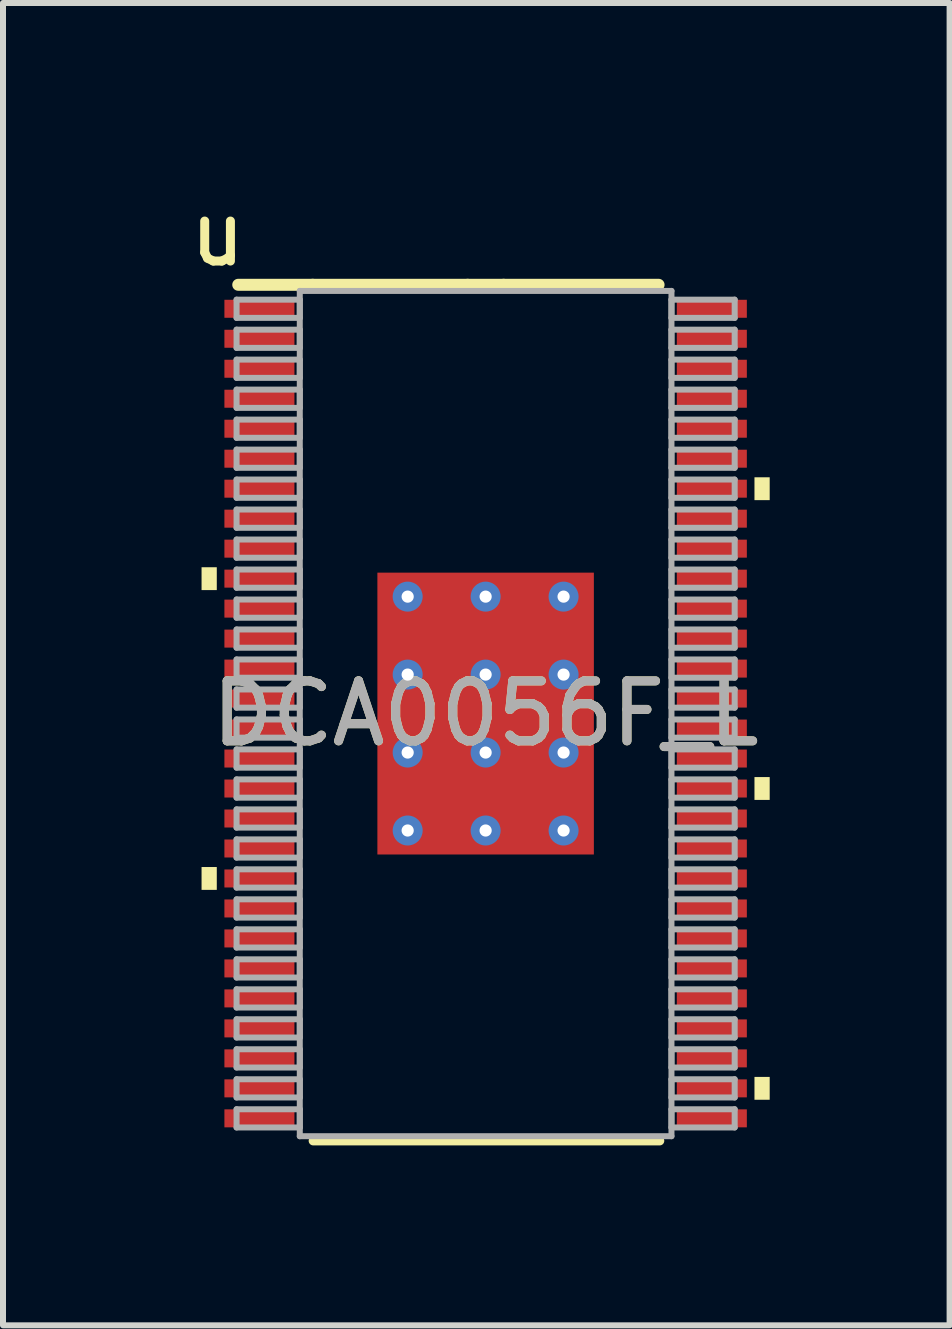
<source format=kicad_pcb>
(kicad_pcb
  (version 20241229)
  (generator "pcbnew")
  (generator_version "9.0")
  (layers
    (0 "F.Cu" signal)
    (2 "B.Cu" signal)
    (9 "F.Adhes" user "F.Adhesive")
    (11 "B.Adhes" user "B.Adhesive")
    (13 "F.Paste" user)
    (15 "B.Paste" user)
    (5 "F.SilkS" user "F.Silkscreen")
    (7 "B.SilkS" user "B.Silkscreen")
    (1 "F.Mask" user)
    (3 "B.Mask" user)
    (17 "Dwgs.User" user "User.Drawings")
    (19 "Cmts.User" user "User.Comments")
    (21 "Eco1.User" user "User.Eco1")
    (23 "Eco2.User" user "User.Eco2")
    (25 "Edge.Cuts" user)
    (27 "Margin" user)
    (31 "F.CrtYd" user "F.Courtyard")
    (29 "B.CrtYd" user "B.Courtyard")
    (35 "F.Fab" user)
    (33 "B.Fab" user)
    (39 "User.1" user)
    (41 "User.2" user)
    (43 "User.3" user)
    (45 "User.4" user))
  (footprint "DCA0056F_L"
    (layer "F.Cu")
    (at 5.048 8.849)
    (property "Reference" "DCA0056F_L" (at 0 0 0) (unlocked yes) (layer "F.SilkS") (effects (font (size 1 1) (thickness 0.15))))
    (attr smd)
    (fp_line (start -4.125 -7.15) (end -2.884 -7.15) (stroke (width 0.2) (type solid)) (layer "F.SilkS"))
    (fp_line (start -2.884 -7.15) (end -0.3 -7.15) (stroke (width 0.2) (type solid)) (layer "F.SilkS"))
    (fp_line (start -2.875 7.125) (end 2.903 7.125) (stroke (width 0.152) (type solid)) (layer "F.SilkS"))
    (fp_line (start -0.3 -7.15) (end 0.3 -7.15) (stroke (width 0.2) (type solid)) (layer "F.SilkS"))
    (fp_line (start 0.3 -7.15) (end 2.884 -7.15) (stroke (width 0.2) (type solid)) (layer "F.SilkS"))
    (fp_poly (pts (xy -4.483 -2.44) (xy -4.737 -2.44) (xy -4.737 -2.059) (xy -4.483 -2.059)) (stroke (width 0) (type solid)) (fill yes) (layer "F.SilkS"))
    (fp_poly (pts (xy -4.483 2.559) (xy -4.737 2.559) (xy -4.737 2.94) (xy -4.483 2.94)) (stroke (width 0) (type solid)) (fill yes) (layer "F.SilkS"))
    (fp_poly (pts (xy 4.483 -3.94) (xy 4.737 -3.94) (xy 4.737 -3.559) (xy 4.483 -3.559)) (stroke (width 0) (type solid)) (fill yes) (layer "F.SilkS"))
    (fp_poly (pts (xy 4.483 1.059) (xy 4.737 1.059) (xy 4.737 1.44) (xy 4.483 1.44)) (stroke (width 0) (type solid)) (fill yes) (layer "F.SilkS"))
    (fp_poly (pts (xy 4.483 6.059) (xy 4.737 6.059) (xy 4.737 6.44) (xy 4.483 6.44)) (stroke (width 0) (type solid)) (fill yes) (layer "F.SilkS"))
    (fp_line (start -4.153 -6.902) (end -3.099 -6.902) (stroke (width 0.1) (type solid)) (layer "F.Fab"))
    (fp_line (start -4.153 -6.598) (end -4.153 -6.902) (stroke (width 0.1) (type solid)) (layer "F.Fab"))
    (fp_line (start -4.153 -6.598) (end -3.099 -6.598) (stroke (width 0.1) (type solid)) (layer "F.Fab"))
    (fp_line (start -4.153 -6.402) (end -3.099 -6.402) (stroke (width 0.1) (type solid)) (layer "F.Fab"))
    (fp_line (start -4.153 -6.098) (end -4.153 -6.402) (stroke (width 0.1) (type solid)) (layer "F.Fab"))
    (fp_line (start -4.153 -6.098) (end -3.099 -6.098) (stroke (width 0.1) (type solid)) (layer "F.Fab"))
    (fp_line (start -4.153 -5.902) (end -3.099 -5.902) (stroke (width 0.1) (type solid)) (layer "F.Fab"))
    (fp_line (start -4.153 -5.598) (end -4.153 -5.902) (stroke (width 0.1) (type solid)) (layer "F.Fab"))
    (fp_line (start -4.153 -5.598) (end -3.099 -5.598) (stroke (width 0.1) (type solid)) (layer "F.Fab"))
    (fp_line (start -4.153 -5.402) (end -3.099 -5.402) (stroke (width 0.1) (type solid)) (layer "F.Fab"))
    (fp_line (start -4.153 -5.098) (end -4.153 -5.402) (stroke (width 0.1) (type solid)) (layer "F.Fab"))
    (fp_line (start -4.153 -5.098) (end -3.099 -5.098) (stroke (width 0.1) (type solid)) (layer "F.Fab"))
    (fp_line (start -4.153 -4.902) (end -3.099 -4.902) (stroke (width 0.1) (type solid)) (layer "F.Fab"))
    (fp_line (start -4.153 -4.598) (end -4.153 -4.902) (stroke (width 0.1) (type solid)) (layer "F.Fab"))
    (fp_line (start -4.153 -4.598) (end -3.099 -4.598) (stroke (width 0.1) (type solid)) (layer "F.Fab"))
    (fp_line (start -4.153 -4.402) (end -3.099 -4.402) (stroke (width 0.1) (type solid)) (layer "F.Fab"))
    (fp_line (start -4.153 -4.098) (end -4.153 -4.402) (stroke (width 0.1) (type solid)) (layer "F.Fab"))
    (fp_line (start -4.153 -4.098) (end -3.099 -4.098) (stroke (width 0.1) (type solid)) (layer "F.Fab"))
    (fp_line (start -4.153 -3.902) (end -3.099 -3.902) (stroke (width 0.1) (type solid)) (layer "F.Fab"))
    (fp_line (start -4.153 -3.598) (end -4.153 -3.902) (stroke (width 0.1) (type solid)) (layer "F.Fab"))
    (fp_line (start -4.153 -3.598) (end -3.099 -3.598) (stroke (width 0.1) (type solid)) (layer "F.Fab"))
    (fp_line (start -4.153 -3.402) (end -3.099 -3.402) (stroke (width 0.1) (type solid)) (layer "F.Fab"))
    (fp_line (start -4.153 -3.098) (end -4.153 -3.402) (stroke (width 0.1) (type solid)) (layer "F.Fab"))
    (fp_line (start -4.153 -3.098) (end -3.099 -3.098) (stroke (width 0.1) (type solid)) (layer "F.Fab"))
    (fp_line (start -4.153 -2.902) (end -3.099 -2.902) (stroke (width 0.1) (type solid)) (layer "F.Fab"))
    (fp_line (start -4.153 -2.598) (end -4.153 -2.902) (stroke (width 0.1) (type solid)) (layer "F.Fab"))
    (fp_line (start -4.153 -2.598) (end -3.099 -2.598) (stroke (width 0.1) (type solid)) (layer "F.Fab"))
    (fp_line (start -4.153 -2.402) (end -3.099 -2.402) (stroke (width 0.1) (type solid)) (layer "F.Fab"))
    (fp_line (start -4.153 -2.098) (end -4.153 -2.402) (stroke (width 0.1) (type solid)) (layer "F.Fab"))
    (fp_line (start -4.153 -2.098) (end -3.099 -2.098) (stroke (width 0.1) (type solid)) (layer "F.Fab"))
    (fp_line (start -4.153 -1.902) (end -3.099 -1.902) (stroke (width 0.1) (type solid)) (layer "F.Fab"))
    (fp_line (start -4.153 -1.598) (end -4.153 -1.902) (stroke (width 0.1) (type solid)) (layer "F.Fab"))
    (fp_line (start -4.153 -1.598) (end -3.099 -1.598) (stroke (width 0.1) (type solid)) (layer "F.Fab"))
    (fp_line (start -4.153 -1.402) (end -3.099 -1.402) (stroke (width 0.1) (type solid)) (layer "F.Fab"))
    (fp_line (start -4.153 -1.098) (end -4.153 -1.402) (stroke (width 0.1) (type solid)) (layer "F.Fab"))
    (fp_line (start -4.153 -1.098) (end -3.099 -1.098) (stroke (width 0.1) (type solid)) (layer "F.Fab"))
    (fp_line (start -4.153 -0.902) (end -3.099 -0.902) (stroke (width 0.1) (type solid)) (layer "F.Fab"))
    (fp_line (start -4.153 -0.598) (end -4.153 -0.902) (stroke (width 0.1) (type solid)) (layer "F.Fab"))
    (fp_line (start -4.153 -0.598) (end -3.099 -0.598) (stroke (width 0.1) (type solid)) (layer "F.Fab"))
    (fp_line (start -4.153 -0.402) (end -3.099 -0.402) (stroke (width 0.1) (type solid)) (layer "F.Fab"))
    (fp_line (start -4.153 -0.098) (end -4.153 -0.402) (stroke (width 0.1) (type solid)) (layer "F.Fab"))
    (fp_line (start -4.153 -0.098) (end -3.099 -0.098) (stroke (width 0.1) (type solid)) (layer "F.Fab"))
    (fp_line (start -4.153 0.098) (end -3.099 0.098) (stroke (width 0.1) (type solid)) (layer "F.Fab"))
    (fp_line (start -4.153 0.402) (end -4.153 0.098) (stroke (width 0.1) (type solid)) (layer "F.Fab"))
    (fp_line (start -4.153 0.402) (end -3.099 0.402) (stroke (width 0.1) (type solid)) (layer "F.Fab"))
    (fp_line (start -4.153 0.598) (end -3.099 0.598) (stroke (width 0.1) (type solid)) (layer "F.Fab"))
    (fp_line (start -4.153 0.902) (end -4.153 0.598) (stroke (width 0.1) (type solid)) (layer "F.Fab"))
    (fp_line (start -4.153 0.902) (end -3.099 0.902) (stroke (width 0.1) (type solid)) (layer "F.Fab"))
    (fp_line (start -4.153 1.098) (end -3.099 1.098) (stroke (width 0.1) (type solid)) (layer "F.Fab"))
    (fp_line (start -4.153 1.402) (end -4.153 1.098) (stroke (width 0.1) (type solid)) (layer "F.Fab"))
    (fp_line (start -4.153 1.402) (end -3.099 1.402) (stroke (width 0.1) (type solid)) (layer "F.Fab"))
    (fp_line (start -4.153 1.598) (end -3.099 1.598) (stroke (width 0.1) (type solid)) (layer "F.Fab"))
    (fp_line (start -4.153 1.902) (end -4.153 1.598) (stroke (width 0.1) (type solid)) (layer "F.Fab"))
    (fp_line (start -4.153 1.902) (end -3.099 1.902) (stroke (width 0.1) (type solid)) (layer "F.Fab"))
    (fp_line (start -4.153 2.098) (end -3.099 2.098) (stroke (width 0.1) (type solid)) (layer "F.Fab"))
    (fp_line (start -4.153 2.402) (end -4.153 2.098) (stroke (width 0.1) (type solid)) (layer "F.Fab"))
    (fp_line (start -4.153 2.402) (end -3.099 2.402) (stroke (width 0.1) (type solid)) (layer "F.Fab"))
    (fp_line (start -4.153 2.598) (end -3.099 2.598) (stroke (width 0.1) (type solid)) (layer "F.Fab"))
    (fp_line (start -4.153 2.902) (end -4.153 2.598) (stroke (width 0.1) (type solid)) (layer "F.Fab"))
    (fp_line (start -4.153 2.902) (end -3.099 2.902) (stroke (width 0.1) (type solid)) (layer "F.Fab"))
    (fp_line (start -4.153 3.098) (end -3.099 3.098) (stroke (width 0.1) (type solid)) (layer "F.Fab"))
    (fp_line (start -4.153 3.402) (end -4.153 3.098) (stroke (width 0.1) (type solid)) (layer "F.Fab"))
    (fp_line (start -4.153 3.402) (end -3.099 3.402) (stroke (width 0.1) (type solid)) (layer "F.Fab"))
    (fp_line (start -4.153 3.598) (end -3.099 3.598) (stroke (width 0.1) (type solid)) (layer "F.Fab"))
    (fp_line (start -4.153 3.902) (end -4.153 3.598) (stroke (width 0.1) (type solid)) (layer "F.Fab"))
    (fp_line (start -4.153 3.902) (end -3.099 3.902) (stroke (width 0.1) (type solid)) (layer "F.Fab"))
    (fp_line (start -4.153 4.098) (end -3.099 4.098) (stroke (width 0.1) (type solid)) (layer "F.Fab"))
    (fp_line (start -4.153 4.402) (end -4.153 4.098) (stroke (width 0.1) (type solid)) (layer "F.Fab"))
    (fp_line (start -4.153 4.402) (end -3.099 4.402) (stroke (width 0.1) (type solid)) (layer "F.Fab"))
    (fp_line (start -4.153 4.598) (end -3.099 4.598) (stroke (width 0.1) (type solid)) (layer "F.Fab"))
    (fp_line (start -4.153 4.902) (end -4.153 4.598) (stroke (width 0.1) (type solid)) (layer "F.Fab"))
    (fp_line (start -4.153 4.902) (end -3.099 4.902) (stroke (width 0.1) (type solid)) (layer "F.Fab"))
    (fp_line (start -4.153 5.098) (end -3.099 5.098) (stroke (width 0.1) (type solid)) (layer "F.Fab"))
    (fp_line (start -4.153 5.402) (end -4.153 5.098) (stroke (width 0.1) (type solid)) (layer "F.Fab"))
    (fp_line (start -4.153 5.402) (end -3.099 5.402) (stroke (width 0.1) (type solid)) (layer "F.Fab"))
    (fp_line (start -4.153 5.598) (end -3.099 5.598) (stroke (width 0.1) (type solid)) (layer "F.Fab"))
    (fp_line (start -4.153 5.902) (end -4.153 5.598) (stroke (width 0.1) (type solid)) (layer "F.Fab"))
    (fp_line (start -4.153 5.902) (end -3.099 5.902) (stroke (width 0.1) (type solid)) (layer "F.Fab"))
    (fp_line (start -4.153 6.098) (end -3.099 6.098) (stroke (width 0.1) (type solid)) (layer "F.Fab"))
    (fp_line (start -4.153 6.402) (end -4.153 6.098) (stroke (width 0.1) (type solid)) (layer "F.Fab"))
    (fp_line (start -4.153 6.402) (end -3.099 6.402) (stroke (width 0.1) (type solid)) (layer "F.Fab"))
    (fp_line (start -4.153 6.598) (end -3.099 6.598) (stroke (width 0.1) (type solid)) (layer "F.Fab"))
    (fp_line (start -4.153 6.902) (end -4.153 6.598) (stroke (width 0.1) (type solid)) (layer "F.Fab"))
    (fp_line (start -4.153 6.902) (end -3.099 6.902) (stroke (width 0.1) (type solid)) (layer "F.Fab"))
    (fp_line (start -3.099 -7.048) (end 3.099 -7.048) (stroke (width 0.1) (type solid)) (layer "F.Fab"))
    (fp_line (start -3.099 -6.598) (end -3.099 -6.902) (stroke (width 0.1) (type solid)) (layer "F.Fab"))
    (fp_line (start -3.099 -6.098) (end -3.099 -6.402) (stroke (width 0.1) (type solid)) (layer "F.Fab"))
    (fp_line (start -3.099 -5.598) (end -3.099 -5.902) (stroke (width 0.1) (type solid)) (layer "F.Fab"))
    (fp_line (start -3.099 -5.098) (end -3.099 -5.402) (stroke (width 0.1) (type solid)) (layer "F.Fab"))
    (fp_line (start -3.099 -4.598) (end -3.099 -4.902) (stroke (width 0.1) (type solid)) (layer "F.Fab"))
    (fp_line (start -3.099 -4.098) (end -3.099 -4.402) (stroke (width 0.1) (type solid)) (layer "F.Fab"))
    (fp_line (start -3.099 -3.598) (end -3.099 -3.902) (stroke (width 0.1) (type solid)) (layer "F.Fab"))
    (fp_line (start -3.099 -3.098) (end -3.099 -3.402) (stroke (width 0.1) (type solid)) (layer "F.Fab"))
    (fp_line (start -3.099 -2.598) (end -3.099 -2.902) (stroke (width 0.1) (type solid)) (layer "F.Fab"))
    (fp_line (start -3.099 -2.098) (end -3.099 -2.402) (stroke (width 0.1) (type solid)) (layer "F.Fab"))
    (fp_line (start -3.099 -1.598) (end -3.099 -1.902) (stroke (width 0.1) (type solid)) (layer "F.Fab"))
    (fp_line (start -3.099 -1.098) (end -3.099 -1.402) (stroke (width 0.1) (type solid)) (layer "F.Fab"))
    (fp_line (start -3.099 -0.598) (end -3.099 -0.902) (stroke (width 0.1) (type solid)) (layer "F.Fab"))
    (fp_line (start -3.099 -0.098) (end -3.099 -0.402) (stroke (width 0.1) (type solid)) (layer "F.Fab"))
    (fp_line (start -3.099 0.402) (end -3.099 0.098) (stroke (width 0.1) (type solid)) (layer "F.Fab"))
    (fp_line (start -3.099 0.902) (end -3.099 0.598) (stroke (width 0.1) (type solid)) (layer "F.Fab"))
    (fp_line (start -3.099 1.402) (end -3.099 1.098) (stroke (width 0.1) (type solid)) (layer "F.Fab"))
    (fp_line (start -3.099 1.902) (end -3.099 1.598) (stroke (width 0.1) (type solid)) (layer "F.Fab"))
    (fp_line (start -3.099 2.402) (end -3.099 2.098) (stroke (width 0.1) (type solid)) (layer "F.Fab"))
    (fp_line (start -3.099 2.902) (end -3.099 2.598) (stroke (width 0.1) (type solid)) (layer "F.Fab"))
    (fp_line (start -3.099 3.402) (end -3.099 3.098) (stroke (width 0.1) (type solid)) (layer "F.Fab"))
    (fp_line (start -3.099 3.902) (end -3.099 3.598) (stroke (width 0.1) (type solid)) (layer "F.Fab"))
    (fp_line (start -3.099 4.402) (end -3.099 4.098) (stroke (width 0.1) (type solid)) (layer "F.Fab"))
    (fp_line (start -3.099 4.902) (end -3.099 4.598) (stroke (width 0.1) (type solid)) (layer "F.Fab"))
    (fp_line (start -3.099 5.402) (end -3.099 5.098) (stroke (width 0.1) (type solid)) (layer "F.Fab"))
    (fp_line (start -3.099 5.902) (end -3.099 5.598) (stroke (width 0.1) (type solid)) (layer "F.Fab"))
    (fp_line (start -3.099 6.402) (end -3.099 6.098) (stroke (width 0.1) (type solid)) (layer "F.Fab"))
    (fp_line (start -3.099 6.902) (end -3.099 6.598) (stroke (width 0.1) (type solid)) (layer "F.Fab"))
    (fp_line (start -3.099 7.048) (end -3.099 -7.048) (stroke (width 0.1) (type solid)) (layer "F.Fab"))
    (fp_line (start -3.099 7.048) (end 3.099 7.048) (stroke (width 0.1) (type solid)) (layer "F.Fab"))
    (fp_line (start 3.099 -6.902) (end 4.153 -6.902) (stroke (width 0.1) (type solid)) (layer "F.Fab"))
    (fp_line (start 3.099 -6.598) (end 3.099 -6.902) (stroke (width 0.1) (type solid)) (layer "F.Fab"))
    (fp_line (start 3.099 -6.598) (end 4.153 -6.598) (stroke (width 0.1) (type solid)) (layer "F.Fab"))
    (fp_line (start 3.099 -6.402) (end 4.153 -6.402) (stroke (width 0.1) (type solid)) (layer "F.Fab"))
    (fp_line (start 3.099 -6.098) (end 3.099 -6.402) (stroke (width 0.1) (type solid)) (layer "F.Fab"))
    (fp_line (start 3.099 -6.098) (end 4.153 -6.098) (stroke (width 0.1) (type solid)) (layer "F.Fab"))
    (fp_line (start 3.099 -5.902) (end 4.153 -5.902) (stroke (width 0.1) (type solid)) (layer "F.Fab"))
    (fp_line (start 3.099 -5.598) (end 3.099 -5.902) (stroke (width 0.1) (type solid)) (layer "F.Fab"))
    (fp_line (start 3.099 -5.598) (end 4.153 -5.598) (stroke (width 0.1) (type solid)) (layer "F.Fab"))
    (fp_line (start 3.099 -5.402) (end 4.153 -5.402) (stroke (width 0.1) (type solid)) (layer "F.Fab"))
    (fp_line (start 3.099 -5.098) (end 3.099 -5.402) (stroke (width 0.1) (type solid)) (layer "F.Fab"))
    (fp_line (start 3.099 -5.098) (end 4.153 -5.098) (stroke (width 0.1) (type solid)) (layer "F.Fab"))
    (fp_line (start 3.099 -4.902) (end 4.153 -4.902) (stroke (width 0.1) (type solid)) (layer "F.Fab"))
    (fp_line (start 3.099 -4.598) (end 3.099 -4.902) (stroke (width 0.1) (type solid)) (layer "F.Fab"))
    (fp_line (start 3.099 -4.598) (end 4.153 -4.598) (stroke (width 0.1) (type solid)) (layer "F.Fab"))
    (fp_line (start 3.099 -4.402) (end 4.153 -4.402) (stroke (width 0.1) (type solid)) (layer "F.Fab"))
    (fp_line (start 3.099 -4.098) (end 3.099 -4.402) (stroke (width 0.1) (type solid)) (layer "F.Fab"))
    (fp_line (start 3.099 -4.098) (end 4.153 -4.098) (stroke (width 0.1) (type solid)) (layer "F.Fab"))
    (fp_line (start 3.099 -3.902) (end 4.153 -3.902) (stroke (width 0.1) (type solid)) (layer "F.Fab"))
    (fp_line (start 3.099 -3.598) (end 3.099 -3.902) (stroke (width 0.1) (type solid)) (layer "F.Fab"))
    (fp_line (start 3.099 -3.598) (end 4.153 -3.598) (stroke (width 0.1) (type solid)) (layer "F.Fab"))
    (fp_line (start 3.099 -3.402) (end 4.153 -3.402) (stroke (width 0.1) (type solid)) (layer "F.Fab"))
    (fp_line (start 3.099 -3.098) (end 3.099 -3.402) (stroke (width 0.1) (type solid)) (layer "F.Fab"))
    (fp_line (start 3.099 -3.098) (end 4.153 -3.098) (stroke (width 0.1) (type solid)) (layer "F.Fab"))
    (fp_line (start 3.099 -2.902) (end 4.153 -2.902) (stroke (width 0.1) (type solid)) (layer "F.Fab"))
    (fp_line (start 3.099 -2.598) (end 3.099 -2.902) (stroke (width 0.1) (type solid)) (layer "F.Fab"))
    (fp_line (start 3.099 -2.598) (end 4.153 -2.598) (stroke (width 0.1) (type solid)) (layer "F.Fab"))
    (fp_line (start 3.099 -2.402) (end 4.153 -2.402) (stroke (width 0.1) (type solid)) (layer "F.Fab"))
    (fp_line (start 3.099 -2.098) (end 3.099 -2.402) (stroke (width 0.1) (type solid)) (layer "F.Fab"))
    (fp_line (start 3.099 -2.098) (end 4.153 -2.098) (stroke (width 0.1) (type solid)) (layer "F.Fab"))
    (fp_line (start 3.099 -1.902) (end 4.153 -1.902) (stroke (width 0.1) (type solid)) (layer "F.Fab"))
    (fp_line (start 3.099 -1.598) (end 3.099 -1.902) (stroke (width 0.1) (type solid)) (layer "F.Fab"))
    (fp_line (start 3.099 -1.598) (end 4.153 -1.598) (stroke (width 0.1) (type solid)) (layer "F.Fab"))
    (fp_line (start 3.099 -1.402) (end 4.153 -1.402) (stroke (width 0.1) (type solid)) (layer "F.Fab"))
    (fp_line (start 3.099 -1.098) (end 3.099 -1.402) (stroke (width 0.1) (type solid)) (layer "F.Fab"))
    (fp_line (start 3.099 -1.098) (end 4.153 -1.098) (stroke (width 0.1) (type solid)) (layer "F.Fab"))
    (fp_line (start 3.099 -0.902) (end 4.153 -0.902) (stroke (width 0.1) (type solid)) (layer "F.Fab"))
    (fp_line (start 3.099 -0.598) (end 3.099 -0.902) (stroke (width 0.1) (type solid)) (layer "F.Fab"))
    (fp_line (start 3.099 -0.598) (end 4.153 -0.598) (stroke (width 0.1) (type solid)) (layer "F.Fab"))
    (fp_line (start 3.099 -0.402) (end 4.153 -0.402) (stroke (width 0.1) (type solid)) (layer "F.Fab"))
    (fp_line (start 3.099 -0.098) (end 3.099 -0.402) (stroke (width 0.1) (type solid)) (layer "F.Fab"))
    (fp_line (start 3.099 -0.098) (end 4.153 -0.098) (stroke (width 0.1) (type solid)) (layer "F.Fab"))
    (fp_line (start 3.099 0.098) (end 4.153 0.098) (stroke (width 0.1) (type solid)) (layer "F.Fab"))
    (fp_line (start 3.099 0.402) (end 3.099 0.098) (stroke (width 0.1) (type solid)) (layer "F.Fab"))
    (fp_line (start 3.099 0.402) (end 4.153 0.402) (stroke (width 0.1) (type solid)) (layer "F.Fab"))
    (fp_line (start 3.099 0.598) (end 4.153 0.598) (stroke (width 0.1) (type solid)) (layer "F.Fab"))
    (fp_line (start 3.099 0.902) (end 3.099 0.598) (stroke (width 0.1) (type solid)) (layer "F.Fab"))
    (fp_line (start 3.099 0.902) (end 4.153 0.902) (stroke (width 0.1) (type solid)) (layer "F.Fab"))
    (fp_line (start 3.099 1.098) (end 4.153 1.098) (stroke (width 0.1) (type solid)) (layer "F.Fab"))
    (fp_line (start 3.099 1.402) (end 3.099 1.098) (stroke (width 0.1) (type solid)) (layer "F.Fab"))
    (fp_line (start 3.099 1.402) (end 4.153 1.402) (stroke (width 0.1) (type solid)) (layer "F.Fab"))
    (fp_line (start 3.099 1.598) (end 4.153 1.598) (stroke (width 0.1) (type solid)) (layer "F.Fab"))
    (fp_line (start 3.099 1.902) (end 3.099 1.598) (stroke (width 0.1) (type solid)) (layer "F.Fab"))
    (fp_line (start 3.099 1.902) (end 4.153 1.902) (stroke (width 0.1) (type solid)) (layer "F.Fab"))
    (fp_line (start 3.099 2.098) (end 4.153 2.098) (stroke (width 0.1) (type solid)) (layer "F.Fab"))
    (fp_line (start 3.099 2.402) (end 3.099 2.098) (stroke (width 0.1) (type solid)) (layer "F.Fab"))
    (fp_line (start 3.099 2.402) (end 4.153 2.402) (stroke (width 0.1) (type solid)) (layer "F.Fab"))
    (fp_line (start 3.099 2.598) (end 4.153 2.598) (stroke (width 0.1) (type solid)) (layer "F.Fab"))
    (fp_line (start 3.099 2.902) (end 3.099 2.598) (stroke (width 0.1) (type solid)) (layer "F.Fab"))
    (fp_line (start 3.099 2.902) (end 4.153 2.902) (stroke (width 0.1) (type solid)) (layer "F.Fab"))
    (fp_line (start 3.099 3.098) (end 4.153 3.098) (stroke (width 0.1) (type solid)) (layer "F.Fab"))
    (fp_line (start 3.099 3.402) (end 3.099 3.098) (stroke (width 0.1) (type solid)) (layer "F.Fab"))
    (fp_line (start 3.099 3.402) (end 4.153 3.402) (stroke (width 0.1) (type solid)) (layer "F.Fab"))
    (fp_line (start 3.099 3.598) (end 4.153 3.598) (stroke (width 0.1) (type solid)) (layer "F.Fab"))
    (fp_line (start 3.099 3.902) (end 3.099 3.598) (stroke (width 0.1) (type solid)) (layer "F.Fab"))
    (fp_line (start 3.099 3.902) (end 4.153 3.902) (stroke (width 0.1) (type solid)) (layer "F.Fab"))
    (fp_line (start 3.099 4.098) (end 4.153 4.098) (stroke (width 0.1) (type solid)) (layer "F.Fab"))
    (fp_line (start 3.099 4.402) (end 3.099 4.098) (stroke (width 0.1) (type solid)) (layer "F.Fab"))
    (fp_line (start 3.099 4.402) (end 4.153 4.402) (stroke (width 0.1) (type solid)) (layer "F.Fab"))
    (fp_line (start 3.099 4.598) (end 4.153 4.598) (stroke (width 0.1) (type solid)) (layer "F.Fab"))
    (fp_line (start 3.099 4.902) (end 3.099 4.598) (stroke (width 0.1) (type solid)) (layer "F.Fab"))
    (fp_line (start 3.099 4.902) (end 4.153 4.902) (stroke (width 0.1) (type solid)) (layer "F.Fab"))
    (fp_line (start 3.099 5.098) (end 4.153 5.098) (stroke (width 0.1) (type solid)) (layer "F.Fab"))
    (fp_line (start 3.099 5.402) (end 3.099 5.098) (stroke (width 0.1) (type solid)) (layer "F.Fab"))
    (fp_line (start 3.099 5.402) (end 4.153 5.402) (stroke (width 0.1) (type solid)) (layer "F.Fab"))
    (fp_line (start 3.099 5.598) (end 4.153 5.598) (stroke (width 0.1) (type solid)) (layer "F.Fab"))
    (fp_line (start 3.099 5.902) (end 3.099 5.598) (stroke (width 0.1) (type solid)) (layer "F.Fab"))
    (fp_line (start 3.099 5.902) (end 4.153 5.902) (stroke (width 0.1) (type solid)) (layer "F.Fab"))
    (fp_line (start 3.099 6.098) (end 4.153 6.098) (stroke (width 0.1) (type solid)) (layer "F.Fab"))
    (fp_line (start 3.099 6.402) (end 3.099 6.098) (stroke (width 0.1) (type solid)) (layer "F.Fab"))
    (fp_line (start 3.099 6.402) (end 4.153 6.402) (stroke (width 0.1) (type solid)) (layer "F.Fab"))
    (fp_line (start 3.099 6.598) (end 4.153 6.598) (stroke (width 0.1) (type solid)) (layer "F.Fab"))
    (fp_line (start 3.099 6.902) (end 3.099 6.598) (stroke (width 0.1) (type solid)) (layer "F.Fab"))
    (fp_line (start 3.099 6.902) (end 4.153 6.902) (stroke (width 0.1) (type solid)) (layer "F.Fab"))
    (fp_line (start 3.099 7.048) (end 3.099 -7.048) (stroke (width 0.1) (type solid)) (layer "F.Fab"))
    (fp_line (start 4.153 -6.598) (end 4.153 -6.902) (stroke (width 0.1) (type solid)) (layer "F.Fab"))
    (fp_line (start 4.153 -6.098) (end 4.153 -6.402) (stroke (width 0.1) (type solid)) (layer "F.Fab"))
    (fp_line (start 4.153 -5.598) (end 4.153 -5.902) (stroke (width 0.1) (type solid)) (layer "F.Fab"))
    (fp_line (start 4.153 -5.098) (end 4.153 -5.402) (stroke (width 0.1) (type solid)) (layer "F.Fab"))
    (fp_line (start 4.153 -4.598) (end 4.153 -4.902) (stroke (width 0.1) (type solid)) (layer "F.Fab"))
    (fp_line (start 4.153 -4.098) (end 4.153 -4.402) (stroke (width 0.1) (type solid)) (layer "F.Fab"))
    (fp_line (start 4.153 -3.598) (end 4.153 -3.902) (stroke (width 0.1) (type solid)) (layer "F.Fab"))
    (fp_line (start 4.153 -3.098) (end 4.153 -3.402) (stroke (width 0.1) (type solid)) (layer "F.Fab"))
    (fp_line (start 4.153 -2.598) (end 4.153 -2.902) (stroke (width 0.1) (type solid)) (layer "F.Fab"))
    (fp_line (start 4.153 -2.098) (end 4.153 -2.402) (stroke (width 0.1) (type solid)) (layer "F.Fab"))
    (fp_line (start 4.153 -1.598) (end 4.153 -1.902) (stroke (width 0.1) (type solid)) (layer "F.Fab"))
    (fp_line (start 4.153 -1.098) (end 4.153 -1.402) (stroke (width 0.1) (type solid)) (layer "F.Fab"))
    (fp_line (start 4.153 -0.598) (end 4.153 -0.902) (stroke (width 0.1) (type solid)) (layer "F.Fab"))
    (fp_line (start 4.153 -0.098) (end 4.153 -0.402) (stroke (width 0.1) (type solid)) (layer "F.Fab"))
    (fp_line (start 4.153 0.402) (end 4.153 0.098) (stroke (width 0.1) (type solid)) (layer "F.Fab"))
    (fp_line (start 4.153 0.902) (end 4.153 0.598) (stroke (width 0.1) (type solid)) (layer "F.Fab"))
    (fp_line (start 4.153 1.402) (end 4.153 1.098) (stroke (width 0.1) (type solid)) (layer "F.Fab"))
    (fp_line (start 4.153 1.902) (end 4.153 1.598) (stroke (width 0.1) (type solid)) (layer "F.Fab"))
    (fp_line (start 4.153 2.402) (end 4.153 2.098) (stroke (width 0.1) (type solid)) (layer "F.Fab"))
    (fp_line (start 4.153 2.902) (end 4.153 2.598) (stroke (width 0.1) (type solid)) (layer "F.Fab"))
    (fp_line (start 4.153 3.402) (end 4.153 3.098) (stroke (width 0.1) (type solid)) (layer "F.Fab"))
    (fp_line (start 4.153 3.902) (end 4.153 3.598) (stroke (width 0.1) (type solid)) (layer "F.Fab"))
    (fp_line (start 4.153 4.402) (end 4.153 4.098) (stroke (width 0.1) (type solid)) (layer "F.Fab"))
    (fp_line (start 4.153 4.902) (end 4.153 4.598) (stroke (width 0.1) (type solid)) (layer "F.Fab"))
    (fp_line (start 4.153 5.402) (end 4.153 5.098) (stroke (width 0.1) (type solid)) (layer "F.Fab"))
    (fp_line (start 4.153 5.902) (end 4.153 5.598) (stroke (width 0.1) (type solid)) (layer "F.Fab"))
    (fp_line (start 4.153 6.402) (end 4.153 6.098) (stroke (width 0.1) (type solid)) (layer "F.Fab"))
    (fp_line (start 4.153 6.902) (end 4.153 6.598) (stroke (width 0.1) (type solid)) (layer "F.Fab"))
    (fp_text user "u" (at -4.47 -8.001 0) (unlocked yes) (layer "F.SilkS") (effects (font (size 1 1) (thickness 0.15))))
    (fp_text user "${REFERENCE}" (at 0 0 0) (unlocked yes) (layer "F.Fab") (effects (font (size 1 1) (thickness 0.15))))
    (pad "1" smd rect (at -3.772 -6.75) (size 1.168 0.3) (layers "F.Cu" "F.Mask" "F.Paste"))
    (pad "2" smd rect (at -3.772 -6.25) (size 1.168 0.3) (layers "F.Cu" "F.Mask" "F.Paste"))
    (pad "3" smd rect (at -3.772 -5.75) (size 1.168 0.3) (layers "F.Cu" "F.Mask" "F.Paste"))
    (pad "4" smd rect (at -3.772 -5.25) (size 1.168 0.3) (layers "F.Cu" "F.Mask" "F.Paste"))
    (pad "5" smd rect (at -3.772 -4.75) (size 1.168 0.3) (layers "F.Cu" "F.Mask" "F.Paste"))
    (pad "6" smd rect (at -3.772 -4.25) (size 1.168 0.3) (layers "F.Cu" "F.Mask" "F.Paste"))
    (pad "7" smd rect (at -3.772 -3.75) (size 1.168 0.3) (layers "F.Cu" "F.Mask" "F.Paste"))
    (pad "8" smd rect (at -3.772 -3.25) (size 1.168 0.3) (layers "F.Cu" "F.Mask" "F.Paste"))
    (pad "9" smd rect (at -3.772 -2.75) (size 1.168 0.3) (layers "F.Cu" "F.Mask" "F.Paste"))
    (pad "10" smd rect (at -3.772 -2.25) (size 1.168 0.3) (layers "F.Cu" "F.Mask" "F.Paste"))
    (pad "11" smd rect (at -3.772 -1.75) (size 1.168 0.3) (layers "F.Cu" "F.Mask" "F.Paste"))
    (pad "12" smd rect (at -3.772 -1.25) (size 1.168 0.3) (layers "F.Cu" "F.Mask" "F.Paste"))
    (pad "13" smd rect (at -3.772 -0.75) (size 1.168 0.3) (layers "F.Cu" "F.Mask" "F.Paste"))
    (pad "14" smd rect (at -3.772 -0.25) (size 1.168 0.3) (layers "F.Cu" "F.Mask" "F.Paste"))
    (pad "15" smd rect (at -3.772 0.25) (size 1.168 0.3) (layers "F.Cu" "F.Mask" "F.Paste"))
    (pad "16" smd rect (at -3.772 0.75) (size 1.168 0.3) (layers "F.Cu" "F.Mask" "F.Paste"))
    (pad "17" smd rect (at -3.772 1.25) (size 1.168 0.3) (layers "F.Cu" "F.Mask" "F.Paste"))
    (pad "18" smd rect (at -3.772 1.75) (size 1.168 0.3) (layers "F.Cu" "F.Mask" "F.Paste"))
    (pad "19" smd rect (at -3.772 2.25) (size 1.168 0.3) (layers "F.Cu" "F.Mask" "F.Paste"))
    (pad "20" smd rect (at -3.772 2.75) (size 1.168 0.3) (layers "F.Cu" "F.Mask" "F.Paste"))
    (pad "21" smd rect (at -3.772 3.25) (size 1.168 0.3) (layers "F.Cu" "F.Mask" "F.Paste"))
    (pad "22" smd rect (at -3.772 3.75) (size 1.168 0.3) (layers "F.Cu" "F.Mask" "F.Paste"))
    (pad "23" smd rect (at -3.772 4.25) (size 1.168 0.3) (layers "F.Cu" "F.Mask" "F.Paste"))
    (pad "24" smd rect (at -3.772 4.75) (size 1.168 0.3) (layers "F.Cu" "F.Mask" "F.Paste"))
    (pad "25" smd rect (at -3.772 5.25) (size 1.168 0.3) (layers "F.Cu" "F.Mask" "F.Paste"))
    (pad "26" smd rect (at -3.772 5.75) (size 1.168 0.3) (layers "F.Cu" "F.Mask" "F.Paste"))
    (pad "27" smd rect (at -3.772 6.25) (size 1.168 0.3) (layers "F.Cu" "F.Mask" "F.Paste"))
    (pad "28" smd rect (at -3.772 6.75) (size 1.168 0.3) (layers "F.Cu" "F.Mask" "F.Paste"))
    (pad "29" smd rect (at 3.772 6.75) (size 1.168 0.3) (layers "F.Cu" "F.Mask" "F.Paste"))
    (pad "30" smd rect (at 3.772 6.25) (size 1.168 0.3) (layers "F.Cu" "F.Mask" "F.Paste"))
    (pad "31" smd rect (at 3.772 5.75) (size 1.168 0.3) (layers "F.Cu" "F.Mask" "F.Paste"))
    (pad "32" smd rect (at 3.772 5.25) (size 1.168 0.3) (layers "F.Cu" "F.Mask" "F.Paste"))
    (pad "33" smd rect (at 3.772 4.75) (size 1.168 0.3) (layers "F.Cu" "F.Mask" "F.Paste"))
    (pad "34" smd rect (at 3.772 4.25) (size 1.168 0.3) (layers "F.Cu" "F.Mask" "F.Paste"))
    (pad "35" smd rect (at 3.772 3.75) (size 1.168 0.3) (layers "F.Cu" "F.Mask" "F.Paste"))
    (pad "36" smd rect (at 3.772 3.25) (size 1.168 0.3) (layers "F.Cu" "F.Mask" "F.Paste"))
    (pad "37" smd rect (at 3.772 2.75) (size 1.168 0.3) (layers "F.Cu" "F.Mask" "F.Paste"))
    (pad "38" smd rect (at 3.772 2.25) (size 1.168 0.3) (layers "F.Cu" "F.Mask" "F.Paste"))
    (pad "39" smd rect (at 3.772 1.75) (size 1.168 0.3) (layers "F.Cu" "F.Mask" "F.Paste"))
    (pad "40" smd rect (at 3.772 1.25) (size 1.168 0.3) (layers "F.Cu" "F.Mask" "F.Paste"))
    (pad "41" smd rect (at 3.772 0.75) (size 1.168 0.3) (layers "F.Cu" "F.Mask" "F.Paste"))
    (pad "42" smd rect (at 3.772 0.25) (size 1.168 0.3) (layers "F.Cu" "F.Mask" "F.Paste"))
    (pad "43" smd rect (at 3.772 -0.25) (size 1.168 0.3) (layers "F.Cu" "F.Mask" "F.Paste"))
    (pad "44" smd rect (at 3.772 -0.75) (size 1.168 0.3) (layers "F.Cu" "F.Mask" "F.Paste"))
    (pad "45" smd rect (at 3.772 -1.25) (size 1.168 0.3) (layers "F.Cu" "F.Mask" "F.Paste"))
    (pad "46" smd rect (at 3.772 -1.75) (size 1.168 0.3) (layers "F.Cu" "F.Mask" "F.Paste"))
    (pad "47" smd rect (at 3.772 -2.25) (size 1.168 0.3) (layers "F.Cu" "F.Mask" "F.Paste"))
    (pad "48" smd rect (at 3.772 -2.75) (size 1.168 0.3) (layers "F.Cu" "F.Mask" "F.Paste"))
    (pad "49" smd rect (at 3.772 -3.25) (size 1.168 0.3) (layers "F.Cu" "F.Mask" "F.Paste"))
    (pad "50" smd rect (at 3.772 -3.75) (size 1.168 0.3) (layers "F.Cu" "F.Mask" "F.Paste"))
    (pad "51" smd rect (at 3.772 -4.25) (size 1.168 0.3) (layers "F.Cu" "F.Mask" "F.Paste"))
    (pad "52" smd rect (at 3.772 -4.75) (size 1.168 0.3) (layers "F.Cu" "F.Mask" "F.Paste"))
    (pad "53" smd rect (at 3.772 -5.25) (size 1.168 0.3) (layers "F.Cu" "F.Mask" "F.Paste"))
    (pad "54" smd rect (at 3.772 -5.75) (size 1.168 0.3) (layers "F.Cu" "F.Mask" "F.Paste"))
    (pad "55" smd rect (at 3.772 -6.25) (size 1.168 0.3) (layers "F.Cu" "F.Mask" "F.Paste"))
    (pad "56" smd rect (at 3.772 -6.75) (size 1.168 0.3) (layers "F.Cu" "F.Mask" "F.Paste"))
    (pad "57" smd rect (at 0 0) (size 3.61 4.7) (layers "F.Cu" "F.Mask" "F.Paste"))
    (pad "V" thru_hole circle (at -1.3 -1.95) (size 0.5 0.5) (drill 0.203) (layers "*.Cu" "*.Mask"))
    (pad "V" thru_hole circle (at -1.3 -0.65) (size 0.5 0.5) (drill 0.203) (layers "*.Cu" "*.Mask"))
    (pad "V" thru_hole circle (at -1.3 0.65) (size 0.5 0.5) (drill 0.203) (layers "*.Cu" "*.Mask"))
    (pad "V" thru_hole circle (at -1.3 1.95) (size 0.5 0.5) (drill 0.203) (layers "*.Cu" "*.Mask"))
    (pad "V" thru_hole circle (at 0 -1.95) (size 0.5 0.5) (drill 0.203) (layers "*.Cu" "*.Mask"))
    (pad "V" thru_hole circle (at 0 -0.65) (size 0.5 0.5) (drill 0.203) (layers "*.Cu" "*.Mask"))
    (pad "V" thru_hole circle (at 0 0.65) (size 0.5 0.5) (drill 0.203) (layers "*.Cu" "*.Mask"))
    (pad "V" thru_hole circle (at 0 1.95) (size 0.5 0.5) (drill 0.203) (layers "*.Cu" "*.Mask"))
    (pad "V" thru_hole circle (at 1.3 -1.95) (size 0.5 0.5) (drill 0.203) (layers "*.Cu" "*.Mask"))
    (pad "V" thru_hole circle (at 1.3 -0.65) (size 0.5 0.5) (drill 0.203) (layers "*.Cu" "*.Mask"))
    (pad "V" thru_hole circle (at 1.3 0.65) (size 0.5 0.5) (drill 0.203) (layers "*.Cu" "*.Mask"))
    (pad "V" thru_hole circle (at 1.3 1.95) (size 0.5 0.5) (drill 0.203) (layers "*.Cu" "*.Mask")))
  (gr_rect
    (start -3 -3)
    (end 12.785 19.05)
    (stroke (width 0.1) (type default))
    (fill no)
    (layer "Edge.Cuts")))
</source>
